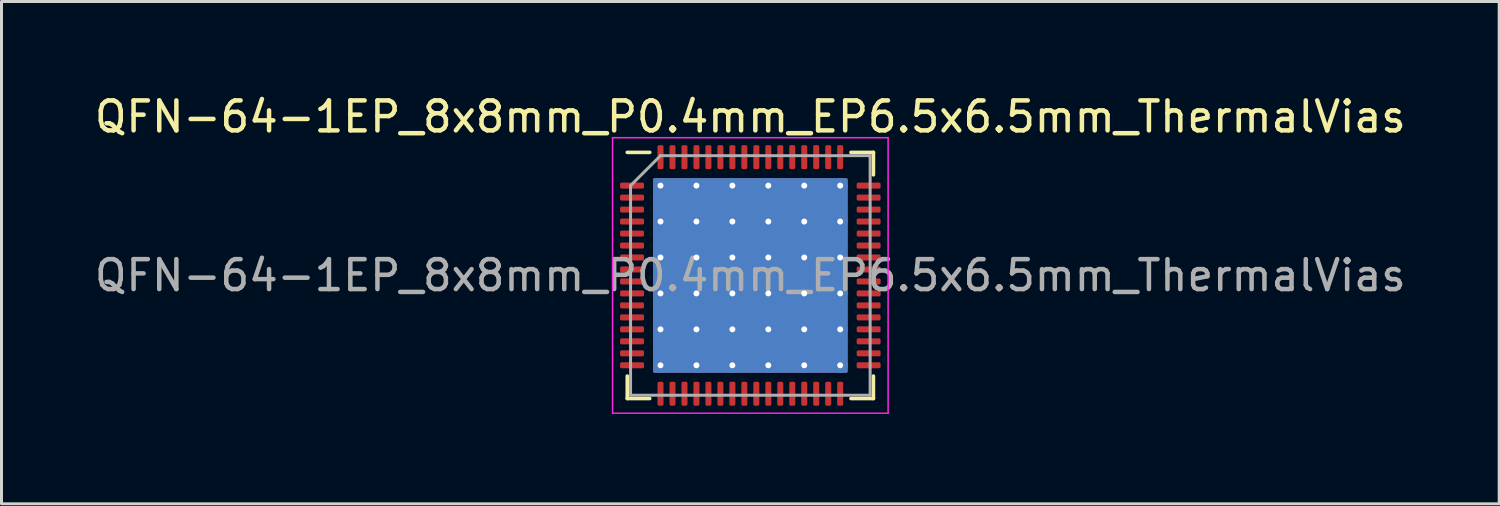
<source format=kicad_pcb>
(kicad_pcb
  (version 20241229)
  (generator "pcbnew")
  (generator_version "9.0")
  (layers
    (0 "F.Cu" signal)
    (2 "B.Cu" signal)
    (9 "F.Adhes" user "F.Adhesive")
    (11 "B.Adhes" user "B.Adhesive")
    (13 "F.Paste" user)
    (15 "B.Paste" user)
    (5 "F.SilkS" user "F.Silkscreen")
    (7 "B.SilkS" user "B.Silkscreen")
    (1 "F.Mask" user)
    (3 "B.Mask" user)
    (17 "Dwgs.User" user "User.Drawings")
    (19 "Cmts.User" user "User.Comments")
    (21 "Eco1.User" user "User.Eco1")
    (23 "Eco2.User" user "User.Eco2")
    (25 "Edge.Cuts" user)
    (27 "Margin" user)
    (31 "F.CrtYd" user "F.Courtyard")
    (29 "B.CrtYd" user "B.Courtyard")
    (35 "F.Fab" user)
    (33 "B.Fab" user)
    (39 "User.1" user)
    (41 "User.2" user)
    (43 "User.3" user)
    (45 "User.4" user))
  (footprint "QFN-64-1EP_8x8mm_P0.4mm_EP6.5x6.5mm_ThermalVias"
    (layer "F.Cu")
    (at 22.006 6.148)
    (property "Reference" "QFN-64-1EP_8x8mm_P0.4mm_EP6.5x6.5mm_ThermalVias" (at 0 -5.3 0) (layer "F.SilkS") (effects (font (size 1 1) (thickness 0.15))))
    (attr smd)
    (fp_line (start -4.11 4.11) (end -4.11 3.36) (stroke (width 0.12) (type solid)) (layer "F.SilkS"))
    (fp_line (start -3.36 -4.11) (end -4.11 -4.11) (stroke (width 0.12) (type solid)) (layer "F.SilkS"))
    (fp_line (start -3.36 4.11) (end -4.11 4.11) (stroke (width 0.12) (type solid)) (layer "F.SilkS"))
    (fp_line (start 3.36 -4.11) (end 4.11 -4.11) (stroke (width 0.12) (type solid)) (layer "F.SilkS"))
    (fp_line (start 3.36 4.11) (end 4.11 4.11) (stroke (width 0.12) (type solid)) (layer "F.SilkS"))
    (fp_line (start 4.11 -4.11) (end 4.11 -3.36) (stroke (width 0.12) (type solid)) (layer "F.SilkS"))
    (fp_line (start 4.11 4.11) (end 4.11 3.36) (stroke (width 0.12) (type solid)) (layer "F.SilkS"))
    (fp_line (start -4.6 -4.6) (end -4.6 4.6) (stroke (width 0.05) (type solid)) (layer "F.CrtYd"))
    (fp_line (start -4.6 4.6) (end 4.6 4.6) (stroke (width 0.05) (type solid)) (layer "F.CrtYd"))
    (fp_line (start 4.6 -4.6) (end -4.6 -4.6) (stroke (width 0.05) (type solid)) (layer "F.CrtYd"))
    (fp_line (start 4.6 4.6) (end 4.6 -4.6) (stroke (width 0.05) (type solid)) (layer "F.CrtYd"))
    (fp_line (start -4 -3) (end -3 -4) (stroke (width 0.1) (type solid)) (layer "F.Fab"))
    (fp_line (start -4 4) (end -4 -3) (stroke (width 0.1) (type solid)) (layer "F.Fab"))
    (fp_line (start -3 -4) (end 4 -4) (stroke (width 0.1) (type solid)) (layer "F.Fab"))
    (fp_line (start 4 -4) (end 4 4) (stroke (width 0.1) (type solid)) (layer "F.Fab"))
    (fp_line (start 4 4) (end -4 4) (stroke (width 0.1) (type solid)) (layer "F.Fab"))
    (fp_text user "${REFERENCE}" (at 0 0 0) (layer "F.Fab") (effects (font (size 1 1) (thickness 0.15))))
    (pad "" smd roundrect (at -2.4 -2.4) (size 1.007 1.007) (layers "F.Paste") (roundrect_rratio 0.248))
    (pad "" smd roundrect (at -2.4 -1.2) (size 1.007 1.007) (layers "F.Paste") (roundrect_rratio 0.248))
    (pad "" smd roundrect (at -2.4 0) (size 1.007 1.007) (layers "F.Paste") (roundrect_rratio 0.248))
    (pad "" smd roundrect (at -2.4 1.2) (size 1.007 1.007) (layers "F.Paste") (roundrect_rratio 0.248))
    (pad "" smd roundrect (at -2.4 2.4) (size 1.007 1.007) (layers "F.Paste") (roundrect_rratio 0.248))
    (pad "" smd roundrect (at -1.2 -2.4) (size 1.007 1.007) (layers "F.Paste") (roundrect_rratio 0.248))
    (pad "" smd roundrect (at -1.2 -1.2) (size 1.007 1.007) (layers "F.Paste") (roundrect_rratio 0.248))
    (pad "" smd roundrect (at -1.2 0) (size 1.007 1.007) (layers "F.Paste") (roundrect_rratio 0.248))
    (pad "" smd roundrect (at -1.2 1.2) (size 1.007 1.007) (layers "F.Paste") (roundrect_rratio 0.248))
    (pad "" smd roundrect (at -1.2 2.4) (size 1.007 1.007) (layers "F.Paste") (roundrect_rratio 0.248))
    (pad "" smd roundrect (at 0 -2.4) (size 1.007 1.007) (layers "F.Paste") (roundrect_rratio 0.248))
    (pad "" smd roundrect (at 0 -1.2) (size 1.007 1.007) (layers "F.Paste") (roundrect_rratio 0.248))
    (pad "" smd roundrect (at 0 0) (size 1.007 1.007) (layers "F.Paste") (roundrect_rratio 0.248))
    (pad "" smd roundrect (at 0 1.2) (size 1.007 1.007) (layers "F.Paste") (roundrect_rratio 0.248))
    (pad "" smd roundrect (at 0 2.4) (size 1.007 1.007) (layers "F.Paste") (roundrect_rratio 0.248))
    (pad "" smd roundrect (at 1.2 -2.4) (size 1.007 1.007) (layers "F.Paste") (roundrect_rratio 0.248))
    (pad "" smd roundrect (at 1.2 -1.2) (size 1.007 1.007) (layers "F.Paste") (roundrect_rratio 0.248))
    (pad "" smd roundrect (at 1.2 0) (size 1.007 1.007) (layers "F.Paste") (roundrect_rratio 0.248))
    (pad "" smd roundrect (at 1.2 1.2) (size 1.007 1.007) (layers "F.Paste") (roundrect_rratio 0.248))
    (pad "" smd roundrect (at 1.2 2.4) (size 1.007 1.007) (layers "F.Paste") (roundrect_rratio 0.248))
    (pad "" smd roundrect (at 2.4 -2.4) (size 1.007 1.007) (layers "F.Paste") (roundrect_rratio 0.248))
    (pad "" smd roundrect (at 2.4 -1.2) (size 1.007 1.007) (layers "F.Paste") (roundrect_rratio 0.248))
    (pad "" smd roundrect (at 2.4 0) (size 1.007 1.007) (layers "F.Paste") (roundrect_rratio 0.248))
    (pad "" smd roundrect (at 2.4 1.2) (size 1.007 1.007) (layers "F.Paste") (roundrect_rratio 0.248))
    (pad "" smd roundrect (at 2.4 2.4) (size 1.007 1.007) (layers "F.Paste") (roundrect_rratio 0.248))
    (pad "1" smd roundrect (at -3.95 -3) (size 0.8 0.2) (layers "F.Cu" "F.Mask" "F.Paste") (roundrect_rratio 0.25))
    (pad "2" smd roundrect (at -3.95 -2.6) (size 0.8 0.2) (layers "F.Cu" "F.Mask" "F.Paste") (roundrect_rratio 0.25))
    (pad "3" smd roundrect (at -3.95 -2.2) (size 0.8 0.2) (layers "F.Cu" "F.Mask" "F.Paste") (roundrect_rratio 0.25))
    (pad "4" smd roundrect (at -3.95 -1.8) (size 0.8 0.2) (layers "F.Cu" "F.Mask" "F.Paste") (roundrect_rratio 0.25))
    (pad "5" smd roundrect (at -3.95 -1.4) (size 0.8 0.2) (layers "F.Cu" "F.Mask" "F.Paste") (roundrect_rratio 0.25))
    (pad "6" smd roundrect (at -3.95 -1) (size 0.8 0.2) (layers "F.Cu" "F.Mask" "F.Paste") (roundrect_rratio 0.25))
    (pad "7" smd roundrect (at -3.95 -0.6) (size 0.8 0.2) (layers "F.Cu" "F.Mask" "F.Paste") (roundrect_rratio 0.25))
    (pad "8" smd roundrect (at -3.95 -0.2) (size 0.8 0.2) (layers "F.Cu" "F.Mask" "F.Paste") (roundrect_rratio 0.25))
    (pad "9" smd roundrect (at -3.95 0.2) (size 0.8 0.2) (layers "F.Cu" "F.Mask" "F.Paste") (roundrect_rratio 0.25))
    (pad "10" smd roundrect (at -3.95 0.6) (size 0.8 0.2) (layers "F.Cu" "F.Mask" "F.Paste") (roundrect_rratio 0.25))
    (pad "11" smd roundrect (at -3.95 1) (size 0.8 0.2) (layers "F.Cu" "F.Mask" "F.Paste") (roundrect_rratio 0.25))
    (pad "12" smd roundrect (at -3.95 1.4) (size 0.8 0.2) (layers "F.Cu" "F.Mask" "F.Paste") (roundrect_rratio 0.25))
    (pad "13" smd roundrect (at -3.95 1.8) (size 0.8 0.2) (layers "F.Cu" "F.Mask" "F.Paste") (roundrect_rratio 0.25))
    (pad "14" smd roundrect (at -3.95 2.2) (size 0.8 0.2) (layers "F.Cu" "F.Mask" "F.Paste") (roundrect_rratio 0.25))
    (pad "15" smd roundrect (at -3.95 2.6) (size 0.8 0.2) (layers "F.Cu" "F.Mask" "F.Paste") (roundrect_rratio 0.25))
    (pad "16" smd roundrect (at -3.95 3) (size 0.8 0.2) (layers "F.Cu" "F.Mask" "F.Paste") (roundrect_rratio 0.25))
    (pad "17" smd roundrect (at -3 3.95) (size 0.2 0.8) (layers "F.Cu" "F.Mask" "F.Paste") (roundrect_rratio 0.25))
    (pad "18" smd roundrect (at -2.6 3.95) (size 0.2 0.8) (layers "F.Cu" "F.Mask" "F.Paste") (roundrect_rratio 0.25))
    (pad "19" smd roundrect (at -2.2 3.95) (size 0.2 0.8) (layers "F.Cu" "F.Mask" "F.Paste") (roundrect_rratio 0.25))
    (pad "20" smd roundrect (at -1.8 3.95) (size 0.2 0.8) (layers "F.Cu" "F.Mask" "F.Paste") (roundrect_rratio 0.25))
    (pad "21" smd roundrect (at -1.4 3.95) (size 0.2 0.8) (layers "F.Cu" "F.Mask" "F.Paste") (roundrect_rratio 0.25))
    (pad "22" smd roundrect (at -1 3.95) (size 0.2 0.8) (layers "F.Cu" "F.Mask" "F.Paste") (roundrect_rratio 0.25))
    (pad "23" smd roundrect (at -0.6 3.95) (size 0.2 0.8) (layers "F.Cu" "F.Mask" "F.Paste") (roundrect_rratio 0.25))
    (pad "24" smd roundrect (at -0.2 3.95) (size 0.2 0.8) (layers "F.Cu" "F.Mask" "F.Paste") (roundrect_rratio 0.25))
    (pad "25" smd roundrect (at 0.2 3.95) (size 0.2 0.8) (layers "F.Cu" "F.Mask" "F.Paste") (roundrect_rratio 0.25))
    (pad "26" smd roundrect (at 0.6 3.95) (size 0.2 0.8) (layers "F.Cu" "F.Mask" "F.Paste") (roundrect_rratio 0.25))
    (pad "27" smd roundrect (at 1 3.95) (size 0.2 0.8) (layers "F.Cu" "F.Mask" "F.Paste") (roundrect_rratio 0.25))
    (pad "28" smd roundrect (at 1.4 3.95) (size 0.2 0.8) (layers "F.Cu" "F.Mask" "F.Paste") (roundrect_rratio 0.25))
    (pad "29" smd roundrect (at 1.8 3.95) (size 0.2 0.8) (layers "F.Cu" "F.Mask" "F.Paste") (roundrect_rratio 0.25))
    (pad "30" smd roundrect (at 2.2 3.95) (size 0.2 0.8) (layers "F.Cu" "F.Mask" "F.Paste") (roundrect_rratio 0.25))
    (pad "31" smd roundrect (at 2.6 3.95) (size 0.2 0.8) (layers "F.Cu" "F.Mask" "F.Paste") (roundrect_rratio 0.25))
    (pad "32" smd roundrect (at 3 3.95) (size 0.2 0.8) (layers "F.Cu" "F.Mask" "F.Paste") (roundrect_rratio 0.25))
    (pad "33" smd roundrect (at 3.95 3) (size 0.8 0.2) (layers "F.Cu" "F.Mask" "F.Paste") (roundrect_rratio 0.25))
    (pad "34" smd roundrect (at 3.95 2.6) (size 0.8 0.2) (layers "F.Cu" "F.Mask" "F.Paste") (roundrect_rratio 0.25))
    (pad "35" smd roundrect (at 3.95 2.2) (size 0.8 0.2) (layers "F.Cu" "F.Mask" "F.Paste") (roundrect_rratio 0.25))
    (pad "36" smd roundrect (at 3.95 1.8) (size 0.8 0.2) (layers "F.Cu" "F.Mask" "F.Paste") (roundrect_rratio 0.25))
    (pad "37" smd roundrect (at 3.95 1.4) (size 0.8 0.2) (layers "F.Cu" "F.Mask" "F.Paste") (roundrect_rratio 0.25))
    (pad "38" smd roundrect (at 3.95 1) (size 0.8 0.2) (layers "F.Cu" "F.Mask" "F.Paste") (roundrect_rratio 0.25))
    (pad "39" smd roundrect (at 3.95 0.6) (size 0.8 0.2) (layers "F.Cu" "F.Mask" "F.Paste") (roundrect_rratio 0.25))
    (pad "40" smd roundrect (at 3.95 0.2) (size 0.8 0.2) (layers "F.Cu" "F.Mask" "F.Paste") (roundrect_rratio 0.25))
    (pad "41" smd roundrect (at 3.95 -0.2) (size 0.8 0.2) (layers "F.Cu" "F.Mask" "F.Paste") (roundrect_rratio 0.25))
    (pad "42" smd roundrect (at 3.95 -0.6) (size 0.8 0.2) (layers "F.Cu" "F.Mask" "F.Paste") (roundrect_rratio 0.25))
    (pad "43" smd roundrect (at 3.95 -1) (size 0.8 0.2) (layers "F.Cu" "F.Mask" "F.Paste") (roundrect_rratio 0.25))
    (pad "44" smd roundrect (at 3.95 -1.4) (size 0.8 0.2) (layers "F.Cu" "F.Mask" "F.Paste") (roundrect_rratio 0.25))
    (pad "45" smd roundrect (at 3.95 -1.8) (size 0.8 0.2) (layers "F.Cu" "F.Mask" "F.Paste") (roundrect_rratio 0.25))
    (pad "46" smd roundrect (at 3.95 -2.2) (size 0.8 0.2) (layers "F.Cu" "F.Mask" "F.Paste") (roundrect_rratio 0.25))
    (pad "47" smd roundrect (at 3.95 -2.6) (size 0.8 0.2) (layers "F.Cu" "F.Mask" "F.Paste") (roundrect_rratio 0.25))
    (pad "48" smd roundrect (at 3.95 -3) (size 0.8 0.2) (layers "F.Cu" "F.Mask" "F.Paste") (roundrect_rratio 0.25))
    (pad "49" smd roundrect (at 3 -3.95) (size 0.2 0.8) (layers "F.Cu" "F.Mask" "F.Paste") (roundrect_rratio 0.25))
    (pad "50" smd roundrect (at 2.6 -3.95) (size 0.2 0.8) (layers "F.Cu" "F.Mask" "F.Paste") (roundrect_rratio 0.25))
    (pad "51" smd roundrect (at 2.2 -3.95) (size 0.2 0.8) (layers "F.Cu" "F.Mask" "F.Paste") (roundrect_rratio 0.25))
    (pad "52" smd roundrect (at 1.8 -3.95) (size 0.2 0.8) (layers "F.Cu" "F.Mask" "F.Paste") (roundrect_rratio 0.25))
    (pad "53" smd roundrect (at 1.4 -3.95) (size 0.2 0.8) (layers "F.Cu" "F.Mask" "F.Paste") (roundrect_rratio 0.25))
    (pad "54" smd roundrect (at 1 -3.95) (size 0.2 0.8) (layers "F.Cu" "F.Mask" "F.Paste") (roundrect_rratio 0.25))
    (pad "55" smd roundrect (at 0.6 -3.95) (size 0.2 0.8) (layers "F.Cu" "F.Mask" "F.Paste") (roundrect_rratio 0.25))
    (pad "56" smd roundrect (at 0.2 -3.95) (size 0.2 0.8) (layers "F.Cu" "F.Mask" "F.Paste") (roundrect_rratio 0.25))
    (pad "57" smd roundrect (at -0.2 -3.95) (size 0.2 0.8) (layers "F.Cu" "F.Mask" "F.Paste") (roundrect_rratio 0.25))
    (pad "58" smd roundrect (at -0.6 -3.95) (size 0.2 0.8) (layers "F.Cu" "F.Mask" "F.Paste") (roundrect_rratio 0.25))
    (pad "59" smd roundrect (at -1 -3.95) (size 0.2 0.8) (layers "F.Cu" "F.Mask" "F.Paste") (roundrect_rratio 0.25))
    (pad "60" smd roundrect (at -1.4 -3.95) (size 0.2 0.8) (layers "F.Cu" "F.Mask" "F.Paste") (roundrect_rratio 0.25))
    (pad "61" smd roundrect (at -1.8 -3.95) (size 0.2 0.8) (layers "F.Cu" "F.Mask" "F.Paste") (roundrect_rratio 0.25))
    (pad "62" smd roundrect (at -2.2 -3.95) (size 0.2 0.8) (layers "F.Cu" "F.Mask" "F.Paste") (roundrect_rratio 0.25))
    (pad "63" smd roundrect (at -2.6 -3.95) (size 0.2 0.8) (layers "F.Cu" "F.Mask" "F.Paste") (roundrect_rratio 0.25))
    (pad "64" smd roundrect (at -3 -3.95) (size 0.2 0.8) (layers "F.Cu" "F.Mask" "F.Paste") (roundrect_rratio 0.25))
    (pad "65" thru_hole circle (at -3 -3) (size 0.5 0.5) (drill 0.2) (layers "*.Cu"))
    (pad "65" thru_hole circle (at -3 -1.8) (size 0.5 0.5) (drill 0.2) (layers "*.Cu"))
    (pad "65" thru_hole circle (at -3 -0.6) (size 0.5 0.5) (drill 0.2) (layers "*.Cu"))
    (pad "65" thru_hole circle (at -3 0.6) (size 0.5 0.5) (drill 0.2) (layers "*.Cu"))
    (pad "65" thru_hole circle (at -3 1.8) (size 0.5 0.5) (drill 0.2) (layers "*.Cu"))
    (pad "65" thru_hole circle (at -3 3) (size 0.5 0.5) (drill 0.2) (layers "*.Cu"))
    (pad "65" thru_hole circle (at -1.8 -3) (size 0.5 0.5) (drill 0.2) (layers "*.Cu"))
    (pad "65" thru_hole circle (at -1.8 -1.8) (size 0.5 0.5) (drill 0.2) (layers "*.Cu"))
    (pad "65" thru_hole circle (at -1.8 -0.6) (size 0.5 0.5) (drill 0.2) (layers "*.Cu"))
    (pad "65" thru_hole circle (at -1.8 0.6) (size 0.5 0.5) (drill 0.2) (layers "*.Cu"))
    (pad "65" thru_hole circle (at -1.8 1.8) (size 0.5 0.5) (drill 0.2) (layers "*.Cu"))
    (pad "65" thru_hole circle (at -1.8 3) (size 0.5 0.5) (drill 0.2) (layers "*.Cu"))
    (pad "65" thru_hole circle (at -0.6 -3) (size 0.5 0.5) (drill 0.2) (layers "*.Cu"))
    (pad "65" thru_hole circle (at -0.6 -1.8) (size 0.5 0.5) (drill 0.2) (layers "*.Cu"))
    (pad "65" thru_hole circle (at -0.6 -0.6) (size 0.5 0.5) (drill 0.2) (layers "*.Cu"))
    (pad "65" thru_hole circle (at -0.6 0.6) (size 0.5 0.5) (drill 0.2) (layers "*.Cu"))
    (pad "65" thru_hole circle (at -0.6 1.8) (size 0.5 0.5) (drill 0.2) (layers "*.Cu"))
    (pad "65" thru_hole circle (at -0.6 3) (size 0.5 0.5) (drill 0.2) (layers "*.Cu"))
    (pad "65" smd roundrect (at 0 0) (size 6.5 6.5) (layers "F.Cu" "F.Mask") (roundrect_rratio 0.008))
    (pad "65" smd roundrect (at 0 0) (size 6.5 6.5) (layers "B.Cu") (roundrect_rratio 0.008))
    (pad "65" thru_hole circle (at 0.6 -3) (size 0.5 0.5) (drill 0.2) (layers "*.Cu"))
    (pad "65" thru_hole circle (at 0.6 -1.8) (size 0.5 0.5) (drill 0.2) (layers "*.Cu"))
    (pad "65" thru_hole circle (at 0.6 -0.6) (size 0.5 0.5) (drill 0.2) (layers "*.Cu"))
    (pad "65" thru_hole circle (at 0.6 0.6) (size 0.5 0.5) (drill 0.2) (layers "*.Cu"))
    (pad "65" thru_hole circle (at 0.6 1.8) (size 0.5 0.5) (drill 0.2) (layers "*.Cu"))
    (pad "65" thru_hole circle (at 0.6 3) (size 0.5 0.5) (drill 0.2) (layers "*.Cu"))
    (pad "65" thru_hole circle (at 1.8 -3) (size 0.5 0.5) (drill 0.2) (layers "*.Cu"))
    (pad "65" thru_hole circle (at 1.8 -1.8) (size 0.5 0.5) (drill 0.2) (layers "*.Cu"))
    (pad "65" thru_hole circle (at 1.8 -0.6) (size 0.5 0.5) (drill 0.2) (layers "*.Cu"))
    (pad "65" thru_hole circle (at 1.8 0.6) (size 0.5 0.5) (drill 0.2) (layers "*.Cu"))
    (pad "65" thru_hole circle (at 1.8 1.8) (size 0.5 0.5) (drill 0.2) (layers "*.Cu"))
    (pad "65" thru_hole circle (at 1.8 3) (size 0.5 0.5) (drill 0.2) (layers "*.Cu"))
    (pad "65" thru_hole circle (at 3 -3) (size 0.5 0.5) (drill 0.2) (layers "*.Cu"))
    (pad "65" thru_hole circle (at 3 -1.8) (size 0.5 0.5) (drill 0.2) (layers "*.Cu"))
    (pad "65" thru_hole circle (at 3 -0.6) (size 0.5 0.5) (drill 0.2) (layers "*.Cu"))
    (pad "65" thru_hole circle (at 3 0.6) (size 0.5 0.5) (drill 0.2) (layers "*.Cu"))
    (pad "65" thru_hole circle (at 3 1.8) (size 0.5 0.5) (drill 0.2) (layers "*.Cu"))
    (pad "65" thru_hole circle (at 3 3) (size 0.5 0.5) (drill 0.2) (layers "*.Cu")))
  (gr_rect
    (start -3 -3)
    (end 47.012 13.773)
    (stroke (width 0.1) (type default))
    (fill no)
    (layer "Edge.Cuts")))
</source>
